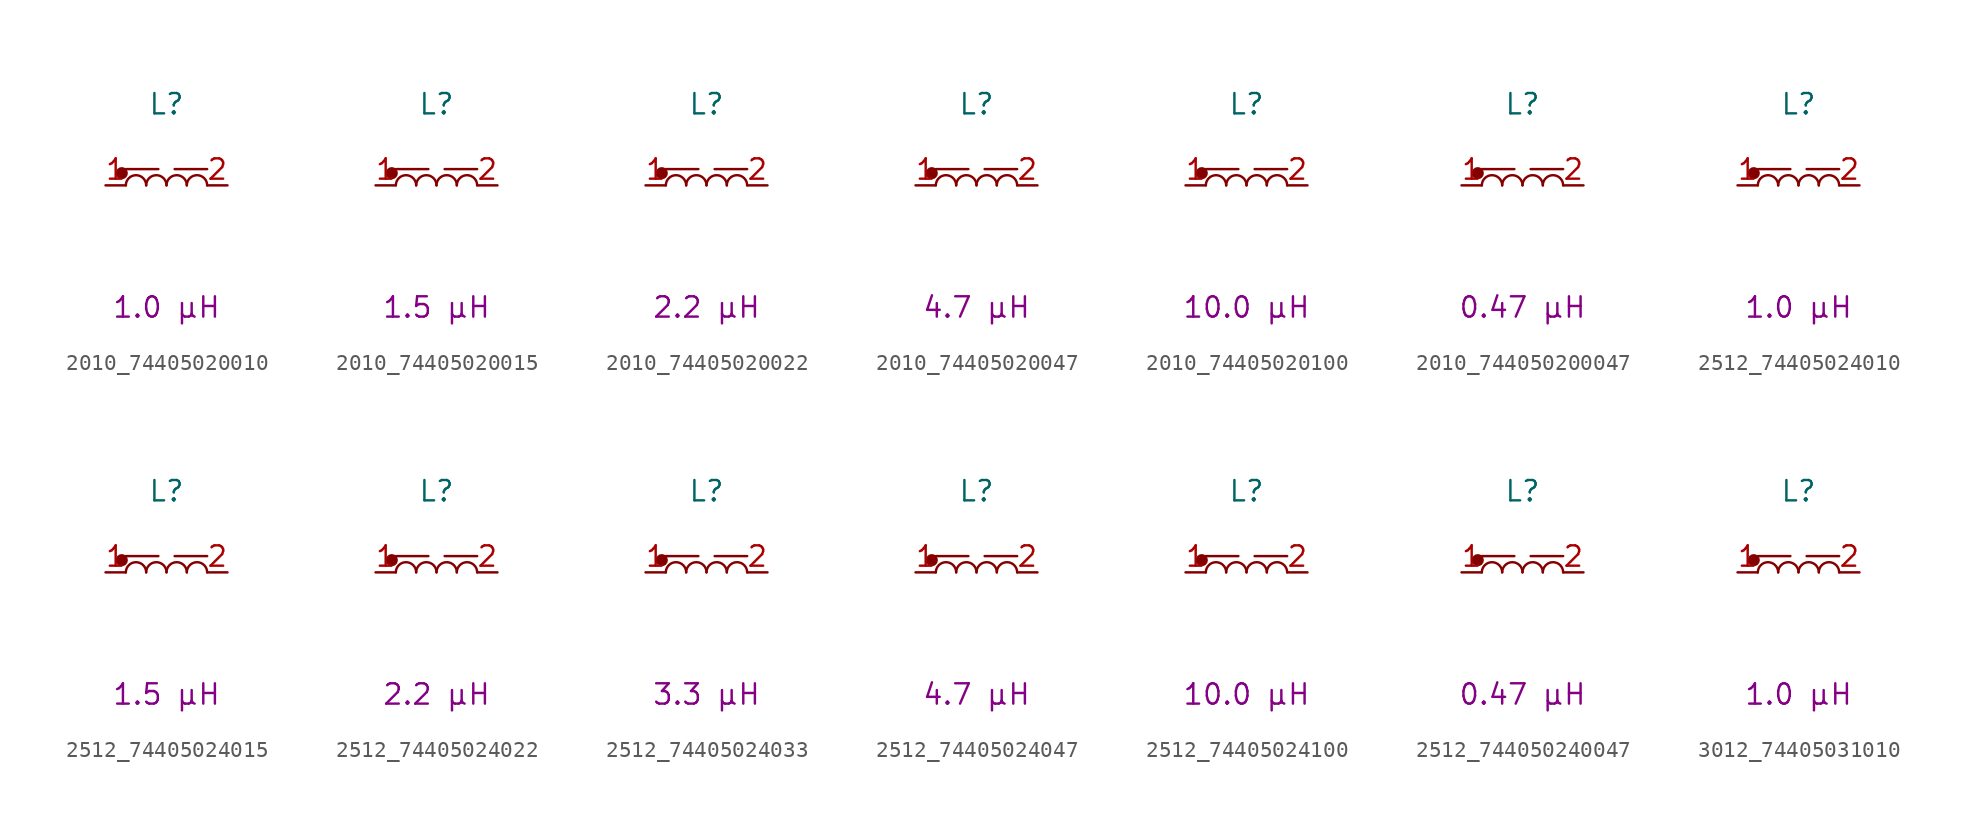
<source format=kicad_sym>
(kicad_symbol_lib
  (version 20220914)
  (generator kicad_symbol_editor)
  (symbol "2010_74405020010"
    (pin_names hide)
    (property "Reference" "L"
      (at 0 5.08 0)
      (effects (font (size 1.27 1.27))))
    (property "Critical Parameter" "1.0 µH"
      (at 0 -7.62 0)
      (effects (font (size 1.27 1.27))))
    (symbol "2010_74405020010_0_1"
      (arc (start -1.27 0) (mid -1.905 0.6323) (end -2.54 0) (stroke (width 0) (type default)) (fill (type none)))
      (arc (start 0 0) (mid -0.635 0.6323) (end -1.27 0) (stroke (width 0) (type default)) (fill (type none)))
      (polyline (pts (xy -2.54 1.016) (xy -0.508 1.016)) (stroke (width 0) (type default)) (fill (type none)))
      (arc (start 1.27 0) (mid 0.635 0.6323) (end 0 0) (stroke (width 0) (type default)) (fill (type none)))
      (arc (start 2.54 0) (mid 1.905 0.6323) (end 1.27 0) (stroke (width 0) (type default)) (fill (type none))))
    (symbol "2010_74405020010_1_1"
      (circle (center -2.794 0.762) (radius 0.0001) (stroke (width 0.381) (type default)) (fill (type none)))
      (polyline (pts (xy 2.54 1.016) (xy 0.508 1.016)) (stroke (width 0) (type default)) (fill (type none)))
      (pin passive line (at -3.81 0 0) (length 1.27) (name "1" (effects (font (size 1.27 1.27)))) (number "1" (effects (font (size 1.27 1.27)))))
      (pin passive line (at 3.81 0 180) (length 1.27) (name "2" (effects (font (size 1.27 1.27)))) (number "2" (effects (font (size 1.27 1.27)))))))
  (symbol "2010_74405020015"
    (pin_names hide)
    (property "Reference" "L"
      (at 0 5.08 0)
      (effects (font (size 1.27 1.27))))
    (property "Critical Parameter" "1.5 µH"
      (at 0 -7.62 0)
      (effects (font (size 1.27 1.27))))
    (symbol "2010_74405020015_0_1"
      (arc (start -1.27 0) (mid -1.905 0.6323) (end -2.54 0) (stroke (width 0) (type default)) (fill (type none)))
      (arc (start 0 0) (mid -0.635 0.6323) (end -1.27 0) (stroke (width 0) (type default)) (fill (type none)))
      (polyline (pts (xy -2.54 1.016) (xy -0.508 1.016)) (stroke (width 0) (type default)) (fill (type none)))
      (arc (start 1.27 0) (mid 0.635 0.6323) (end 0 0) (stroke (width 0) (type default)) (fill (type none)))
      (arc (start 2.54 0) (mid 1.905 0.6323) (end 1.27 0) (stroke (width 0) (type default)) (fill (type none))))
    (symbol "2010_74405020015_1_1"
      (circle (center -2.794 0.762) (radius 0.0001) (stroke (width 0.381) (type default)) (fill (type none)))
      (polyline (pts (xy 2.54 1.016) (xy 0.508 1.016)) (stroke (width 0) (type default)) (fill (type none)))
      (pin passive line (at -3.81 0 0) (length 1.27) (name "1" (effects (font (size 1.27 1.27)))) (number "1" (effects (font (size 1.27 1.27)))))
      (pin passive line (at 3.81 0 180) (length 1.27) (name "2" (effects (font (size 1.27 1.27)))) (number "2" (effects (font (size 1.27 1.27)))))))
  (symbol "2010_74405020022"
    (pin_names hide)
    (property "Reference" "L"
      (at 0 5.08 0)
      (effects (font (size 1.27 1.27))))
    (property "Critical Parameter" "2.2 µH"
      (at 0 -7.62 0)
      (effects (font (size 1.27 1.27))))
    (symbol "2010_74405020022_0_1"
      (arc (start -1.27 0) (mid -1.905 0.6323) (end -2.54 0) (stroke (width 0) (type default)) (fill (type none)))
      (arc (start 0 0) (mid -0.635 0.6323) (end -1.27 0) (stroke (width 0) (type default)) (fill (type none)))
      (polyline (pts (xy -2.54 1.016) (xy -0.508 1.016)) (stroke (width 0) (type default)) (fill (type none)))
      (arc (start 1.27 0) (mid 0.635 0.6323) (end 0 0) (stroke (width 0) (type default)) (fill (type none)))
      (arc (start 2.54 0) (mid 1.905 0.6323) (end 1.27 0) (stroke (width 0) (type default)) (fill (type none))))
    (symbol "2010_74405020022_1_1"
      (circle (center -2.794 0.762) (radius 0.0001) (stroke (width 0.381) (type default)) (fill (type none)))
      (polyline (pts (xy 2.54 1.016) (xy 0.508 1.016)) (stroke (width 0) (type default)) (fill (type none)))
      (pin passive line (at -3.81 0 0) (length 1.27) (name "1" (effects (font (size 1.27 1.27)))) (number "1" (effects (font (size 1.27 1.27)))))
      (pin passive line (at 3.81 0 180) (length 1.27) (name "2" (effects (font (size 1.27 1.27)))) (number "2" (effects (font (size 1.27 1.27)))))))
  (symbol "2010_74405020047"
    (pin_names hide)
    (property "Reference" "L"
      (at 0 5.08 0)
      (effects (font (size 1.27 1.27))))
    (property "Critical Parameter" "4.7 µH"
      (at 0 -7.62 0)
      (effects (font (size 1.27 1.27))))
    (symbol "2010_74405020047_0_1"
      (arc (start -1.27 0) (mid -1.905 0.6323) (end -2.54 0) (stroke (width 0) (type default)) (fill (type none)))
      (arc (start 0 0) (mid -0.635 0.6323) (end -1.27 0) (stroke (width 0) (type default)) (fill (type none)))
      (polyline (pts (xy -2.54 1.016) (xy -0.508 1.016)) (stroke (width 0) (type default)) (fill (type none)))
      (arc (start 1.27 0) (mid 0.635 0.6323) (end 0 0) (stroke (width 0) (type default)) (fill (type none)))
      (arc (start 2.54 0) (mid 1.905 0.6323) (end 1.27 0) (stroke (width 0) (type default)) (fill (type none))))
    (symbol "2010_74405020047_1_1"
      (circle (center -2.794 0.762) (radius 0.0001) (stroke (width 0.381) (type default)) (fill (type none)))
      (polyline (pts (xy 2.54 1.016) (xy 0.508 1.016)) (stroke (width 0) (type default)) (fill (type none)))
      (pin passive line (at -3.81 0 0) (length 1.27) (name "1" (effects (font (size 1.27 1.27)))) (number "1" (effects (font (size 1.27 1.27)))))
      (pin passive line (at 3.81 0 180) (length 1.27) (name "2" (effects (font (size 1.27 1.27)))) (number "2" (effects (font (size 1.27 1.27)))))))
  (symbol "2010_74405020100"
    (pin_names hide)
    (property "Reference" "L"
      (at 0 5.08 0)
      (effects (font (size 1.27 1.27))))
    (property "Critical Parameter" "10.0 µH"
      (at 0 -7.62 0)
      (effects (font (size 1.27 1.27))))
    (symbol "2010_74405020100_0_1"
      (arc (start -1.27 0) (mid -1.905 0.6323) (end -2.54 0) (stroke (width 0) (type default)) (fill (type none)))
      (arc (start 0 0) (mid -0.635 0.6323) (end -1.27 0) (stroke (width 0) (type default)) (fill (type none)))
      (polyline (pts (xy -2.54 1.016) (xy -0.508 1.016)) (stroke (width 0) (type default)) (fill (type none)))
      (arc (start 1.27 0) (mid 0.635 0.6323) (end 0 0) (stroke (width 0) (type default)) (fill (type none)))
      (arc (start 2.54 0) (mid 1.905 0.6323) (end 1.27 0) (stroke (width 0) (type default)) (fill (type none))))
    (symbol "2010_74405020100_1_1"
      (circle (center -2.794 0.762) (radius 0.0001) (stroke (width 0.381) (type default)) (fill (type none)))
      (polyline (pts (xy 2.54 1.016) (xy 0.508 1.016)) (stroke (width 0) (type default)) (fill (type none)))
      (pin passive line (at -3.81 0 0) (length 1.27) (name "1" (effects (font (size 1.27 1.27)))) (number "1" (effects (font (size 1.27 1.27)))))
      (pin passive line (at 3.81 0 180) (length 1.27) (name "2" (effects (font (size 1.27 1.27)))) (number "2" (effects (font (size 1.27 1.27)))))))
  (symbol "2010_744050200047"
    (pin_names hide)
    (property "Reference" "L"
      (at 0 5.08 0)
      (effects (font (size 1.27 1.27))))
    (property "Critical Parameter" "0.47 µH"
      (at 0 -7.62 0)
      (effects (font (size 1.27 1.27))))
    (symbol "2010_744050200047_0_1"
      (arc (start -1.27 0) (mid -1.905 0.6323) (end -2.54 0) (stroke (width 0) (type default)) (fill (type none)))
      (arc (start 0 0) (mid -0.635 0.6323) (end -1.27 0) (stroke (width 0) (type default)) (fill (type none)))
      (polyline (pts (xy -2.54 1.016) (xy -0.508 1.016)) (stroke (width 0) (type default)) (fill (type none)))
      (arc (start 1.27 0) (mid 0.635 0.6323) (end 0 0) (stroke (width 0) (type default)) (fill (type none)))
      (arc (start 2.54 0) (mid 1.905 0.6323) (end 1.27 0) (stroke (width 0) (type default)) (fill (type none))))
    (symbol "2010_744050200047_1_1"
      (circle (center -2.794 0.762) (radius 0.0001) (stroke (width 0.381) (type default)) (fill (type none)))
      (polyline (pts (xy 2.54 1.016) (xy 0.508 1.016)) (stroke (width 0) (type default)) (fill (type none)))
      (pin passive line (at -3.81 0 0) (length 1.27) (name "1" (effects (font (size 1.27 1.27)))) (number "1" (effects (font (size 1.27 1.27)))))
      (pin passive line (at 3.81 0 180) (length 1.27) (name "2" (effects (font (size 1.27 1.27)))) (number "2" (effects (font (size 1.27 1.27)))))))
  (symbol "2512_74405024010"
    (pin_names hide)
    (property "Reference" "L"
      (at 0 5.08 0)
      (effects (font (size 1.27 1.27))))
    (property "Critical Parameter" "1.0 µH"
      (at 0 -7.62 0)
      (effects (font (size 1.27 1.27))))
    (symbol "2512_74405024010_0_1"
      (arc (start -1.27 0) (mid -1.905 0.6323) (end -2.54 0) (stroke (width 0) (type default)) (fill (type none)))
      (arc (start 0 0) (mid -0.635 0.6323) (end -1.27 0) (stroke (width 0) (type default)) (fill (type none)))
      (polyline (pts (xy -2.54 1.016) (xy -0.508 1.016)) (stroke (width 0) (type default)) (fill (type none)))
      (arc (start 1.27 0) (mid 0.635 0.6323) (end 0 0) (stroke (width 0) (type default)) (fill (type none)))
      (arc (start 2.54 0) (mid 1.905 0.6323) (end 1.27 0) (stroke (width 0) (type default)) (fill (type none))))
    (symbol "2512_74405024010_1_1"
      (circle (center -2.794 0.762) (radius 0.0001) (stroke (width 0.381) (type default)) (fill (type none)))
      (polyline (pts (xy 2.54 1.016) (xy 0.508 1.016)) (stroke (width 0) (type default)) (fill (type none)))
      (pin passive line (at -3.81 0 0) (length 1.27) (name "1" (effects (font (size 1.27 1.27)))) (number "1" (effects (font (size 1.27 1.27)))))
      (pin passive line (at 3.81 0 180) (length 1.27) (name "2" (effects (font (size 1.27 1.27)))) (number "2" (effects (font (size 1.27 1.27)))))))
  (symbol "2512_74405024015"
    (pin_names hide)
    (property "Reference" "L"
      (at 0 5.08 0)
      (effects (font (size 1.27 1.27))))
    (property "Critical Parameter" "1.5 µH"
      (at 0 -7.62 0)
      (effects (font (size 1.27 1.27))))
    (symbol "2512_74405024015_0_1"
      (arc (start -1.27 0) (mid -1.905 0.6323) (end -2.54 0) (stroke (width 0) (type default)) (fill (type none)))
      (arc (start 0 0) (mid -0.635 0.6323) (end -1.27 0) (stroke (width 0) (type default)) (fill (type none)))
      (polyline (pts (xy -2.54 1.016) (xy -0.508 1.016)) (stroke (width 0) (type default)) (fill (type none)))
      (arc (start 1.27 0) (mid 0.635 0.6323) (end 0 0) (stroke (width 0) (type default)) (fill (type none)))
      (arc (start 2.54 0) (mid 1.905 0.6323) (end 1.27 0) (stroke (width 0) (type default)) (fill (type none))))
    (symbol "2512_74405024015_1_1"
      (circle (center -2.794 0.762) (radius 0.0001) (stroke (width 0.381) (type default)) (fill (type none)))
      (polyline (pts (xy 2.54 1.016) (xy 0.508 1.016)) (stroke (width 0) (type default)) (fill (type none)))
      (pin passive line (at -3.81 0 0) (length 1.27) (name "1" (effects (font (size 1.27 1.27)))) (number "1" (effects (font (size 1.27 1.27)))))
      (pin passive line (at 3.81 0 180) (length 1.27) (name "2" (effects (font (size 1.27 1.27)))) (number "2" (effects (font (size 1.27 1.27)))))))
  (symbol "2512_74405024022"
    (pin_names hide)
    (property "Reference" "L"
      (at 0 5.08 0)
      (effects (font (size 1.27 1.27))))
    (property "Critical Parameter" "2.2 µH"
      (at 0 -7.62 0)
      (effects (font (size 1.27 1.27))))
    (symbol "2512_74405024022_0_1"
      (arc (start -1.27 0) (mid -1.905 0.6323) (end -2.54 0) (stroke (width 0) (type default)) (fill (type none)))
      (arc (start 0 0) (mid -0.635 0.6323) (end -1.27 0) (stroke (width 0) (type default)) (fill (type none)))
      (polyline (pts (xy -2.54 1.016) (xy -0.508 1.016)) (stroke (width 0) (type default)) (fill (type none)))
      (arc (start 1.27 0) (mid 0.635 0.6323) (end 0 0) (stroke (width 0) (type default)) (fill (type none)))
      (arc (start 2.54 0) (mid 1.905 0.6323) (end 1.27 0) (stroke (width 0) (type default)) (fill (type none))))
    (symbol "2512_74405024022_1_1"
      (circle (center -2.794 0.762) (radius 0.0001) (stroke (width 0.381) (type default)) (fill (type none)))
      (polyline (pts (xy 2.54 1.016) (xy 0.508 1.016)) (stroke (width 0) (type default)) (fill (type none)))
      (pin passive line (at -3.81 0 0) (length 1.27) (name "1" (effects (font (size 1.27 1.27)))) (number "1" (effects (font (size 1.27 1.27)))))
      (pin passive line (at 3.81 0 180) (length 1.27) (name "2" (effects (font (size 1.27 1.27)))) (number "2" (effects (font (size 1.27 1.27)))))))
  (symbol "2512_74405024033"
    (pin_names hide)
    (property "Reference" "L"
      (at 0 5.08 0)
      (effects (font (size 1.27 1.27))))
    (property "Critical Parameter" "3.3 µH"
      (at 0 -7.62 0)
      (effects (font (size 1.27 1.27))))
    (symbol "2512_74405024033_0_1"
      (arc (start -1.27 0) (mid -1.905 0.6323) (end -2.54 0) (stroke (width 0) (type default)) (fill (type none)))
      (arc (start 0 0) (mid -0.635 0.6323) (end -1.27 0) (stroke (width 0) (type default)) (fill (type none)))
      (polyline (pts (xy -2.54 1.016) (xy -0.508 1.016)) (stroke (width 0) (type default)) (fill (type none)))
      (arc (start 1.27 0) (mid 0.635 0.6323) (end 0 0) (stroke (width 0) (type default)) (fill (type none)))
      (arc (start 2.54 0) (mid 1.905 0.6323) (end 1.27 0) (stroke (width 0) (type default)) (fill (type none))))
    (symbol "2512_74405024033_1_1"
      (circle (center -2.794 0.762) (radius 0.0001) (stroke (width 0.381) (type default)) (fill (type none)))
      (polyline (pts (xy 2.54 1.016) (xy 0.508 1.016)) (stroke (width 0) (type default)) (fill (type none)))
      (pin passive line (at -3.81 0 0) (length 1.27) (name "1" (effects (font (size 1.27 1.27)))) (number "1" (effects (font (size 1.27 1.27)))))
      (pin passive line (at 3.81 0 180) (length 1.27) (name "2" (effects (font (size 1.27 1.27)))) (number "2" (effects (font (size 1.27 1.27)))))))
  (symbol "2512_74405024047"
    (pin_names hide)
    (property "Reference" "L"
      (at 0 5.08 0)
      (effects (font (size 1.27 1.27))))
    (property "Critical Parameter" "4.7 µH"
      (at 0 -7.62 0)
      (effects (font (size 1.27 1.27))))
    (symbol "2512_74405024047_0_1"
      (arc (start -1.27 0) (mid -1.905 0.6323) (end -2.54 0) (stroke (width 0) (type default)) (fill (type none)))
      (arc (start 0 0) (mid -0.635 0.6323) (end -1.27 0) (stroke (width 0) (type default)) (fill (type none)))
      (polyline (pts (xy -2.54 1.016) (xy -0.508 1.016)) (stroke (width 0) (type default)) (fill (type none)))
      (arc (start 1.27 0) (mid 0.635 0.6323) (end 0 0) (stroke (width 0) (type default)) (fill (type none)))
      (arc (start 2.54 0) (mid 1.905 0.6323) (end 1.27 0) (stroke (width 0) (type default)) (fill (type none))))
    (symbol "2512_74405024047_1_1"
      (circle (center -2.794 0.762) (radius 0.0001) (stroke (width 0.381) (type default)) (fill (type none)))
      (polyline (pts (xy 2.54 1.016) (xy 0.508 1.016)) (stroke (width 0) (type default)) (fill (type none)))
      (pin passive line (at -3.81 0 0) (length 1.27) (name "1" (effects (font (size 1.27 1.27)))) (number "1" (effects (font (size 1.27 1.27)))))
      (pin passive line (at 3.81 0 180) (length 1.27) (name "2" (effects (font (size 1.27 1.27)))) (number "2" (effects (font (size 1.27 1.27)))))))
  (symbol "2512_74405024100"
    (pin_names hide)
    (property "Reference" "L"
      (at 0 5.08 0)
      (effects (font (size 1.27 1.27))))
    (property "Critical Parameter" "10.0 µH"
      (at 0 -7.62 0)
      (effects (font (size 1.27 1.27))))
    (symbol "2512_74405024100_0_1"
      (arc (start -1.27 0) (mid -1.905 0.6323) (end -2.54 0) (stroke (width 0) (type default)) (fill (type none)))
      (arc (start 0 0) (mid -0.635 0.6323) (end -1.27 0) (stroke (width 0) (type default)) (fill (type none)))
      (polyline (pts (xy -2.54 1.016) (xy -0.508 1.016)) (stroke (width 0) (type default)) (fill (type none)))
      (arc (start 1.27 0) (mid 0.635 0.6323) (end 0 0) (stroke (width 0) (type default)) (fill (type none)))
      (arc (start 2.54 0) (mid 1.905 0.6323) (end 1.27 0) (stroke (width 0) (type default)) (fill (type none))))
    (symbol "2512_74405024100_1_1"
      (circle (center -2.794 0.762) (radius 0.0001) (stroke (width 0.381) (type default)) (fill (type none)))
      (polyline (pts (xy 2.54 1.016) (xy 0.508 1.016)) (stroke (width 0) (type default)) (fill (type none)))
      (pin passive line (at -3.81 0 0) (length 1.27) (name "1" (effects (font (size 1.27 1.27)))) (number "1" (effects (font (size 1.27 1.27)))))
      (pin passive line (at 3.81 0 180) (length 1.27) (name "2" (effects (font (size 1.27 1.27)))) (number "2" (effects (font (size 1.27 1.27)))))))
  (symbol "2512_744050240047"
    (pin_names hide)
    (property "Reference" "L"
      (at 0 5.08 0)
      (effects (font (size 1.27 1.27))))
    (property "Critical Parameter" "0.47 µH"
      (at 0 -7.62 0)
      (effects (font (size 1.27 1.27))))
    (symbol "2512_744050240047_0_1"
      (arc (start -1.27 0) (mid -1.905 0.6323) (end -2.54 0) (stroke (width 0) (type default)) (fill (type none)))
      (arc (start 0 0) (mid -0.635 0.6323) (end -1.27 0) (stroke (width 0) (type default)) (fill (type none)))
      (polyline (pts (xy -2.54 1.016) (xy -0.508 1.016)) (stroke (width 0) (type default)) (fill (type none)))
      (arc (start 1.27 0) (mid 0.635 0.6323) (end 0 0) (stroke (width 0) (type default)) (fill (type none)))
      (arc (start 2.54 0) (mid 1.905 0.6323) (end 1.27 0) (stroke (width 0) (type default)) (fill (type none))))
    (symbol "2512_744050240047_1_1"
      (circle (center -2.794 0.762) (radius 0.0001) (stroke (width 0.381) (type default)) (fill (type none)))
      (polyline (pts (xy 2.54 1.016) (xy 0.508 1.016)) (stroke (width 0) (type default)) (fill (type none)))
      (pin passive line (at -3.81 0 0) (length 1.27) (name "1" (effects (font (size 1.27 1.27)))) (number "1" (effects (font (size 1.27 1.27)))))
      (pin passive line (at 3.81 0 180) (length 1.27) (name "2" (effects (font (size 1.27 1.27)))) (number "2" (effects (font (size 1.27 1.27)))))))
  (symbol "3012_74405031010"
    (pin_names hide)
    (property "Reference" "L"
      (at 0 5.08 0)
      (effects (font (size 1.27 1.27))))
    (property "Critical Parameter" "1.0 µH"
      (at 0 -7.62 0)
      (effects (font (size 1.27 1.27))))
    (symbol "3012_74405031010_0_1"
      (arc (start -1.27 0) (mid -1.905 0.6323) (end -2.54 0) (stroke (width 0) (type default)) (fill (type none)))
      (arc (start 0 0) (mid -0.635 0.6323) (end -1.27 0) (stroke (width 0) (type default)) (fill (type none)))
      (polyline (pts (xy -2.54 1.016) (xy -0.508 1.016)) (stroke (width 0) (type default)) (fill (type none)))
      (arc (start 1.27 0) (mid 0.635 0.6323) (end 0 0) (stroke (width 0) (type default)) (fill (type none)))
      (arc (start 2.54 0) (mid 1.905 0.6323) (end 1.27 0) (stroke (width 0) (type default)) (fill (type none))))
    (symbol "3012_74405031010_1_1"
      (circle (center -2.794 0.762) (radius 0.0001) (stroke (width 0.381) (type default)) (fill (type none)))
      (polyline (pts (xy 2.54 1.016) (xy 0.508 1.016)) (stroke (width 0) (type default)) (fill (type none)))
      (pin passive line (at -3.81 0 0) (length 1.27) (name "1" (effects (font (size 1.27 1.27)))) (number "1" (effects (font (size 1.27 1.27)))))
      (pin passive line (at 3.81 0 180) (length 1.27) (name "2" (effects (font (size 1.27 1.27)))) (number "2" (effects (font (size 1.27 1.27))))))))
</source>
